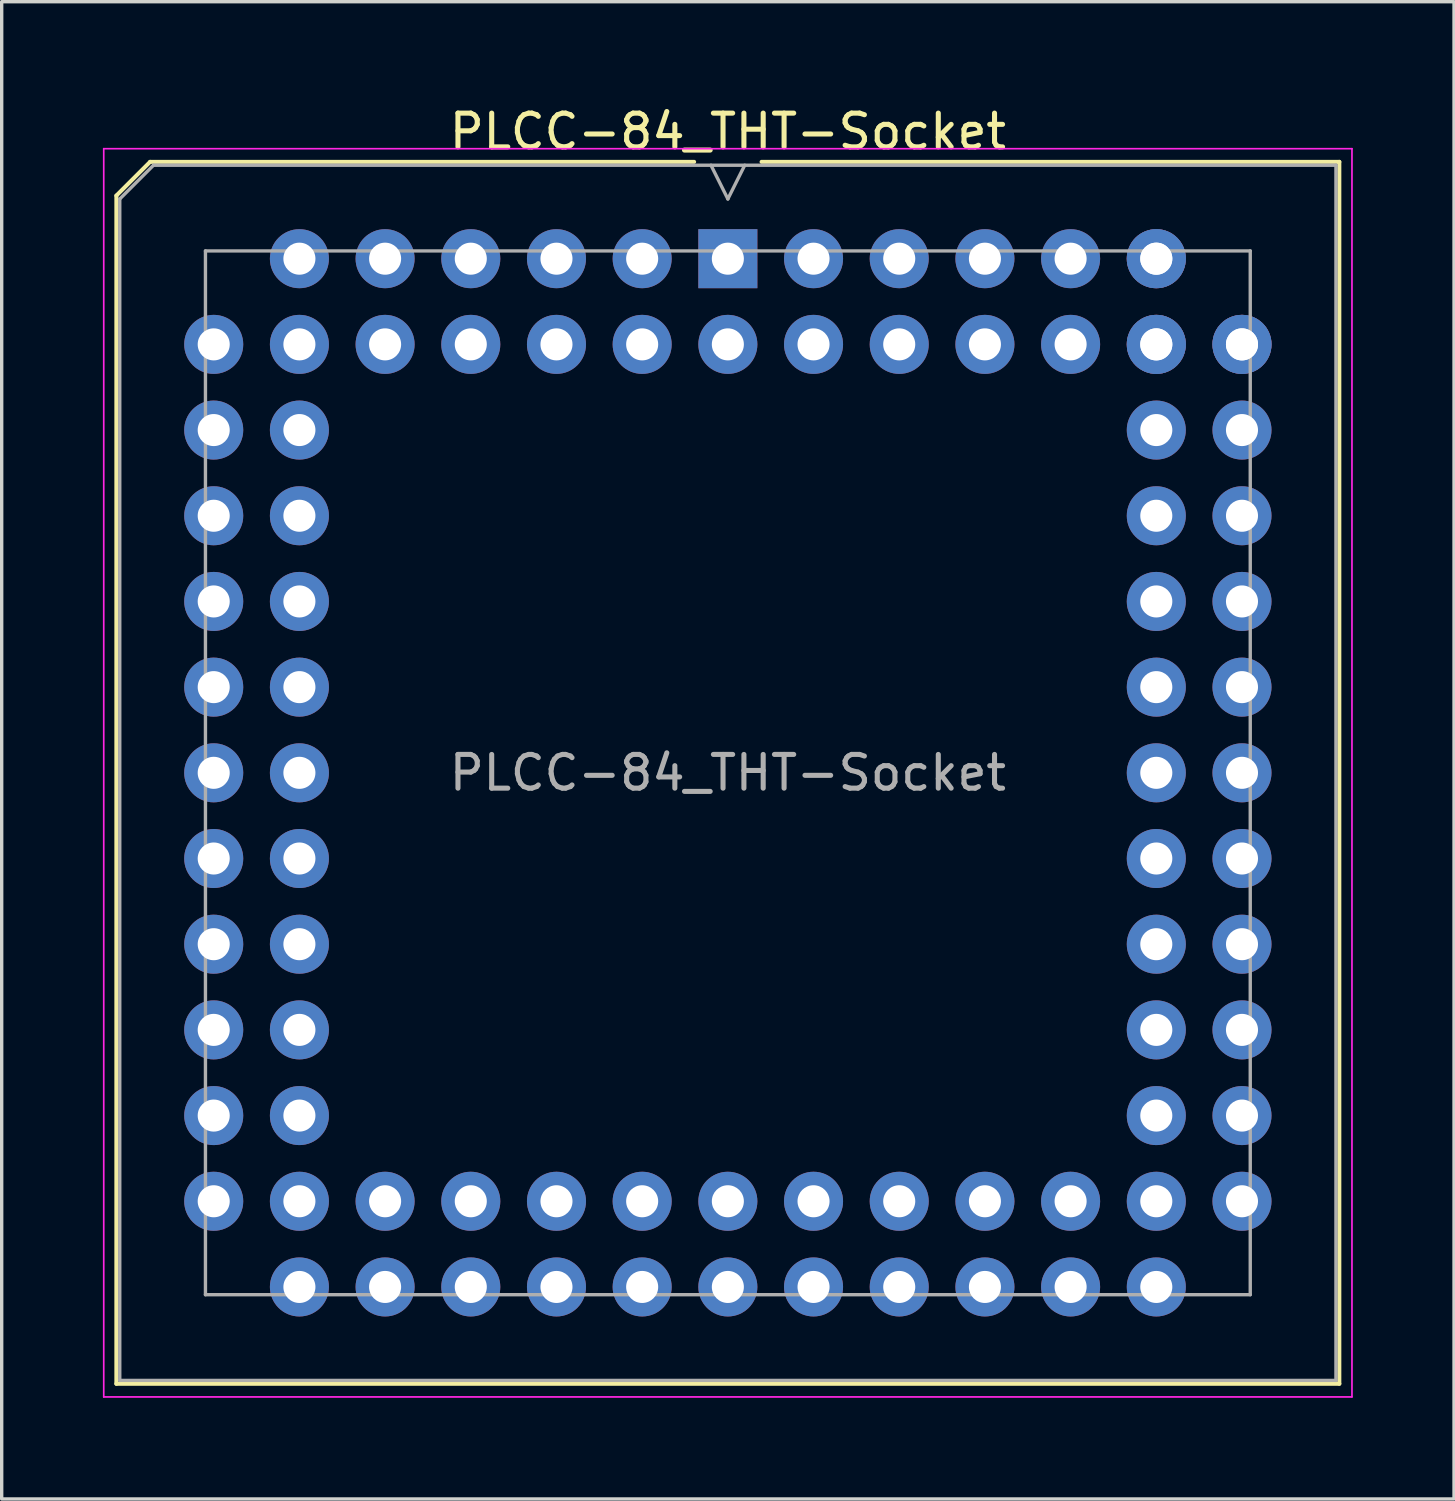
<source format=kicad_pcb>
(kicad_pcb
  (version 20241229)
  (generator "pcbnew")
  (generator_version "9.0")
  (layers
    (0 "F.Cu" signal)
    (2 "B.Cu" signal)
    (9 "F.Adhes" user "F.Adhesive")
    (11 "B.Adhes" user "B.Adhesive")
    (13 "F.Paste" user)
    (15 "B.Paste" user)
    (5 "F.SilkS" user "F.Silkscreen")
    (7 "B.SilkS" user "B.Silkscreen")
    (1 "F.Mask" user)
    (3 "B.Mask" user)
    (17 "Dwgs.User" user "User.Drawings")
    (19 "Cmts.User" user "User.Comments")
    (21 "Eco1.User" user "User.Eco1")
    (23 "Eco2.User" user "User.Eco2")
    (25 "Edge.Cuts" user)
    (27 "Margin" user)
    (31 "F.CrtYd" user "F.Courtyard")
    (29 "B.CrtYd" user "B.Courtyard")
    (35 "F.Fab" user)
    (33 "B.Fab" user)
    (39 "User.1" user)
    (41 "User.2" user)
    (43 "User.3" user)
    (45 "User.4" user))
  (footprint "PLCC-84_THT-Socket"
    (layer "F.Cu")
    (at 18.525 4.618)
    (property "Reference" "PLCC-84_THT-Socket" (at 0 -3.77 0) (layer "F.SilkS") (effects (font (size 1 1) (thickness 0.15))))
    (attr through_hole)
    (fp_line (start -18.125 -1.87) (end -18.125 33.35) (stroke (width 0.12) (type solid)) (layer "F.SilkS"))
    (fp_line (start -18.125 33.35) (end 18.125 33.35) (stroke (width 0.12) (type solid)) (layer "F.SilkS"))
    (fp_line (start -17.125 -2.87) (end -18.125 -1.87) (stroke (width 0.12) (type solid)) (layer "F.SilkS"))
    (fp_line (start -1 -2.87) (end -17.125 -2.87) (stroke (width 0.12) (type solid)) (layer "F.SilkS"))
    (fp_line (start 18.125 -2.87) (end 1 -2.87) (stroke (width 0.12) (type solid)) (layer "F.SilkS"))
    (fp_line (start 18.125 33.35) (end 18.125 -2.87) (stroke (width 0.12) (type solid)) (layer "F.SilkS"))
    (fp_line (start -18.5 -3.26) (end -18.5 33.74) (stroke (width 0.05) (type solid)) (layer "F.CrtYd"))
    (fp_line (start -18.5 33.74) (end 18.5 33.74) (stroke (width 0.05) (type solid)) (layer "F.CrtYd"))
    (fp_line (start 18.5 -3.26) (end -18.5 -3.26) (stroke (width 0.05) (type solid)) (layer "F.CrtYd"))
    (fp_line (start 18.5 33.74) (end 18.5 -3.26) (stroke (width 0.05) (type solid)) (layer "F.CrtYd"))
    (fp_line (start -18.025 -1.77) (end -18.025 33.25) (stroke (width 0.1) (type solid)) (layer "F.Fab"))
    (fp_line (start -18.025 33.25) (end 18.025 33.25) (stroke (width 0.1) (type solid)) (layer "F.Fab"))
    (fp_line (start -17.025 -2.77) (end -18.025 -1.77) (stroke (width 0.1) (type solid)) (layer "F.Fab"))
    (fp_line (start -15.485 -0.23) (end -15.485 30.71) (stroke (width 0.1) (type solid)) (layer "F.Fab"))
    (fp_line (start -15.485 30.71) (end 15.485 30.71) (stroke (width 0.1) (type solid)) (layer "F.Fab"))
    (fp_line (start -0.5 -2.77) (end 0 -1.77) (stroke (width 0.1) (type solid)) (layer "F.Fab"))
    (fp_line (start 0 -1.77) (end 0.5 -2.77) (stroke (width 0.1) (type solid)) (layer "F.Fab"))
    (fp_line (start 15.485 -0.23) (end -15.485 -0.23) (stroke (width 0.1) (type solid)) (layer "F.Fab"))
    (fp_line (start 15.485 30.71) (end 15.485 -0.23) (stroke (width 0.1) (type solid)) (layer "F.Fab"))
    (fp_line (start 18.025 -2.77) (end -17.025 -2.77) (stroke (width 0.1) (type solid)) (layer "F.Fab"))
    (fp_line (start 18.025 33.25) (end 18.025 -2.77) (stroke (width 0.1) (type solid)) (layer "F.Fab"))
    (fp_text user "${REFERENCE}" (at 0 15.24 0) (layer "F.Fab") (effects (font (size 1 1) (thickness 0.15))))
    (pad "1" thru_hole rect (at 0 0) (size 1.75 1.75) (drill 0.95) (layers "*.Cu" "*.Mask"))
    (pad "2" thru_hole circle (at 0 2.54) (size 1.75 1.75) (drill 0.95) (layers "*.Cu" "*.Mask"))
    (pad "3" thru_hole circle (at -2.54 0) (size 1.75 1.75) (drill 0.95) (layers "*.Cu" "*.Mask"))
    (pad "4" thru_hole circle (at -2.54 2.54) (size 1.75 1.75) (drill 0.95) (layers "*.Cu" "*.Mask"))
    (pad "5" thru_hole circle (at -5.08 0) (size 1.75 1.75) (drill 0.95) (layers "*.Cu" "*.Mask"))
    (pad "6" thru_hole circle (at -5.08 2.54) (size 1.75 1.75) (drill 0.95) (layers "*.Cu" "*.Mask"))
    (pad "7" thru_hole circle (at -7.62 0) (size 1.75 1.75) (drill 0.95) (layers "*.Cu" "*.Mask"))
    (pad "8" thru_hole circle (at -7.62 2.54) (size 1.75 1.75) (drill 0.95) (layers "*.Cu" "*.Mask"))
    (pad "9" thru_hole circle (at -10.16 0) (size 1.75 1.75) (drill 0.95) (layers "*.Cu" "*.Mask"))
    (pad "10" thru_hole circle (at -10.16 2.54) (size 1.75 1.75) (drill 0.95) (layers "*.Cu" "*.Mask"))
    (pad "11" thru_hole circle (at -12.7 0) (size 1.75 1.75) (drill 0.95) (layers "*.Cu" "*.Mask"))
    (pad "12" thru_hole circle (at -15.24 2.54) (size 1.75 1.75) (drill 0.95) (layers "*.Cu" "*.Mask"))
    (pad "13" thru_hole circle (at -12.7 2.54) (size 1.75 1.75) (drill 0.95) (layers "*.Cu" "*.Mask"))
    (pad "14" thru_hole circle (at -15.24 5.08) (size 1.75 1.75) (drill 0.95) (layers "*.Cu" "*.Mask"))
    (pad "15" thru_hole circle (at -12.7 5.08) (size 1.75 1.75) (drill 0.95) (layers "*.Cu" "*.Mask"))
    (pad "16" thru_hole circle (at -15.24 7.62) (size 1.75 1.75) (drill 0.95) (layers "*.Cu" "*.Mask"))
    (pad "17" thru_hole circle (at -12.7 7.62) (size 1.75 1.75) (drill 0.95) (layers "*.Cu" "*.Mask"))
    (pad "18" thru_hole circle (at -15.24 10.16) (size 1.75 1.75) (drill 0.95) (layers "*.Cu" "*.Mask"))
    (pad "19" thru_hole circle (at -12.7 10.16) (size 1.75 1.75) (drill 0.95) (layers "*.Cu" "*.Mask"))
    (pad "20" thru_hole circle (at -15.24 12.7) (size 1.75 1.75) (drill 0.95) (layers "*.Cu" "*.Mask"))
    (pad "21" thru_hole circle (at -12.7 12.7) (size 1.75 1.75) (drill 0.95) (layers "*.Cu" "*.Mask"))
    (pad "22" thru_hole circle (at -15.24 15.24) (size 1.75 1.75) (drill 0.95) (layers "*.Cu" "*.Mask"))
    (pad "23" thru_hole circle (at -12.7 15.24) (size 1.75 1.75) (drill 0.95) (layers "*.Cu" "*.Mask"))
    (pad "24" thru_hole circle (at -15.24 17.78) (size 1.75 1.75) (drill 0.95) (layers "*.Cu" "*.Mask"))
    (pad "25" thru_hole circle (at -12.7 17.78) (size 1.75 1.75) (drill 0.95) (layers "*.Cu" "*.Mask"))
    (pad "26" thru_hole circle (at -15.24 20.32) (size 1.75 1.75) (drill 0.95) (layers "*.Cu" "*.Mask"))
    (pad "27" thru_hole circle (at -12.7 20.32) (size 1.75 1.75) (drill 0.95) (layers "*.Cu" "*.Mask"))
    (pad "28" thru_hole circle (at -15.24 22.86) (size 1.75 1.75) (drill 0.95) (layers "*.Cu" "*.Mask"))
    (pad "29" thru_hole circle (at -12.7 22.86) (size 1.75 1.75) (drill 0.95) (layers "*.Cu" "*.Mask"))
    (pad "30" thru_hole circle (at -15.24 25.4) (size 1.75 1.75) (drill 0.95) (layers "*.Cu" "*.Mask"))
    (pad "31" thru_hole circle (at -12.7 25.4) (size 1.75 1.75) (drill 0.95) (layers "*.Cu" "*.Mask"))
    (pad "32" thru_hole circle (at -15.24 27.94) (size 1.75 1.75) (drill 0.95) (layers "*.Cu" "*.Mask"))
    (pad "33" thru_hole circle (at -12.7 30.48) (size 1.75 1.75) (drill 0.95) (layers "*.Cu" "*.Mask"))
    (pad "34" thru_hole circle (at -12.7 27.94) (size 1.75 1.75) (drill 0.95) (layers "*.Cu" "*.Mask"))
    (pad "35" thru_hole circle (at -10.16 30.48) (size 1.75 1.75) (drill 0.95) (layers "*.Cu" "*.Mask"))
    (pad "36" thru_hole circle (at -10.16 27.94) (size 1.75 1.75) (drill 0.95) (layers "*.Cu" "*.Mask"))
    (pad "37" thru_hole circle (at -7.62 30.48) (size 1.75 1.75) (drill 0.95) (layers "*.Cu" "*.Mask"))
    (pad "38" thru_hole circle (at -7.62 27.94) (size 1.75 1.75) (drill 0.95) (layers "*.Cu" "*.Mask"))
    (pad "39" thru_hole circle (at -5.08 30.48) (size 1.75 1.75) (drill 0.95) (layers "*.Cu" "*.Mask"))
    (pad "40" thru_hole circle (at -5.08 27.94) (size 1.75 1.75) (drill 0.95) (layers "*.Cu" "*.Mask"))
    (pad "41" thru_hole circle (at -2.54 30.48) (size 1.75 1.75) (drill 0.95) (layers "*.Cu" "*.Mask"))
    (pad "42" thru_hole circle (at -2.54 27.94) (size 1.75 1.75) (drill 0.95) (layers "*.Cu" "*.Mask"))
    (pad "43" thru_hole circle (at 0 30.48) (size 1.75 1.75) (drill 0.95) (layers "*.Cu" "*.Mask"))
    (pad "44" thru_hole circle (at 0 27.94) (size 1.75 1.75) (drill 0.95) (layers "*.Cu" "*.Mask"))
    (pad "45" thru_hole circle (at 2.54 30.48) (size 1.75 1.75) (drill 0.95) (layers "*.Cu" "*.Mask"))
    (pad "46" thru_hole circle (at 2.54 27.94) (size 1.75 1.75) (drill 0.95) (layers "*.Cu" "*.Mask"))
    (pad "47" thru_hole circle (at 5.08 30.48) (size 1.75 1.75) (drill 0.95) (layers "*.Cu" "*.Mask"))
    (pad "48" thru_hole circle (at 5.08 27.94) (size 1.75 1.75) (drill 0.95) (layers "*.Cu" "*.Mask"))
    (pad "49" thru_hole circle (at 7.62 30.48) (size 1.75 1.75) (drill 0.95) (layers "*.Cu" "*.Mask"))
    (pad "50" thru_hole circle (at 7.62 27.94) (size 1.75 1.75) (drill 0.95) (layers "*.Cu" "*.Mask"))
    (pad "51" thru_hole circle (at 10.16 30.48) (size 1.75 1.75) (drill 0.95) (layers "*.Cu" "*.Mask"))
    (pad "52" thru_hole circle (at 10.16 27.94) (size 1.75 1.75) (drill 0.95) (layers "*.Cu" "*.Mask"))
    (pad "53" thru_hole circle (at 12.7 30.48) (size 1.75 1.75) (drill 0.95) (layers "*.Cu" "*.Mask"))
    (pad "54" thru_hole circle (at 12.7 27.94) (size 1.75 1.75) (drill 0.95) (layers "*.Cu" "*.Mask"))
    (pad "54" thru_hole circle (at 15.24 27.94) (size 1.75 1.75) (drill 0.95) (layers "*.Cu" "*.Mask"))
    (pad "55" thru_hole circle (at 12.7 25.4) (size 1.75 1.75) (drill 0.95) (layers "*.Cu" "*.Mask"))
    (pad "56" thru_hole circle (at 15.24 25.4) (size 1.75 1.75) (drill 0.95) (layers "*.Cu" "*.Mask"))
    (pad "57" thru_hole circle (at 12.7 22.86) (size 1.75 1.75) (drill 0.95) (layers "*.Cu" "*.Mask"))
    (pad "58" thru_hole circle (at 15.24 22.86) (size 1.75 1.75) (drill 0.95) (layers "*.Cu" "*.Mask"))
    (pad "59" thru_hole circle (at 12.7 20.32) (size 1.75 1.75) (drill 0.95) (layers "*.Cu" "*.Mask"))
    (pad "60" thru_hole circle (at 15.24 20.32) (size 1.75 1.75) (drill 0.95) (layers "*.Cu" "*.Mask"))
    (pad "61" thru_hole circle (at 12.7 17.78) (size 1.75 1.75) (drill 0.95) (layers "*.Cu" "*.Mask"))
    (pad "62" thru_hole circle (at 15.24 17.78) (size 1.75 1.75) (drill 0.95) (layers "*.Cu" "*.Mask"))
    (pad "63" thru_hole circle (at 12.7 15.24) (size 1.75 1.75) (drill 0.95) (layers "*.Cu" "*.Mask"))
    (pad "64" thru_hole circle (at 15.24 15.24) (size 1.75 1.75) (drill 0.95) (layers "*.Cu" "*.Mask"))
    (pad "65" thru_hole circle (at 12.7 12.7) (size 1.75 1.75) (drill 0.95) (layers "*.Cu" "*.Mask"))
    (pad "66" thru_hole circle (at 15.24 12.7) (size 1.75 1.75) (drill 0.95) (layers "*.Cu" "*.Mask"))
    (pad "67" thru_hole circle (at 12.7 10.16) (size 1.75 1.75) (drill 0.95) (layers "*.Cu" "*.Mask"))
    (pad "68" thru_hole circle (at 15.24 10.16) (size 1.75 1.75) (drill 0.95) (layers "*.Cu" "*.Mask"))
    (pad "69" thru_hole circle (at 12.7 7.62) (size 1.75 1.75) (drill 0.95) (layers "*.Cu" "*.Mask"))
    (pad "70" thru_hole circle (at 15.24 7.62) (size 1.75 1.75) (drill 0.95) (layers "*.Cu" "*.Mask"))
    (pad "71" thru_hole circle (at 12.7 5.08) (size 1.75 1.75) (drill 0.95) (layers "*.Cu" "*.Mask"))
    (pad "72" thru_hole circle (at 15.24 5.08) (size 1.75 1.75) (drill 0.95) (layers "*.Cu" "*.Mask"))
    (pad "73" thru_hole circle (at 12.7 2.54) (size 1.75 1.75) (drill 0.95) (layers "*.Cu" "*.Mask"))
    (pad "74" thru_hole circle (at 15.24 2.54) (size 1.75 1.75) (drill 0.95) (layers "*.Cu" "*.Mask"))
    (pad "74" thru_hole circle (at 15.24 2.54) (size 1.75 1.75) (drill 0.95) (layers "*.Cu" "*.Mask"))
    (pad "75" thru_hole circle (at 12.7 0) (size 1.75 1.75) (drill 0.95) (layers "*.Cu" "*.Mask"))
    (pad "75" thru_hole circle (at 12.7 0) (size 1.75 1.75) (drill 0.95) (layers "*.Cu" "*.Mask"))
    (pad "76" thru_hole circle (at 12.7 2.54) (size 1.75 1.75) (drill 0.95) (layers "*.Cu" "*.Mask"))
    (pad "77" thru_hole circle (at 10.16 0) (size 1.75 1.75) (drill 0.95) (layers "*.Cu" "*.Mask"))
    (pad "78" thru_hole circle (at 10.16 2.54) (size 1.75 1.75) (drill 0.95) (layers "*.Cu" "*.Mask"))
    (pad "79" thru_hole circle (at 7.62 0) (size 1.75 1.75) (drill 0.95) (layers "*.Cu" "*.Mask"))
    (pad "80" thru_hole circle (at 7.62 2.54) (size 1.75 1.75) (drill 0.95) (layers "*.Cu" "*.Mask"))
    (pad "81" thru_hole circle (at 5.08 0) (size 1.75 1.75) (drill 0.95) (layers "*.Cu" "*.Mask"))
    (pad "82" thru_hole circle (at 5.08 2.54) (size 1.75 1.75) (drill 0.95) (layers "*.Cu" "*.Mask"))
    (pad "83" thru_hole circle (at 2.54 0) (size 1.75 1.75) (drill 0.95) (layers "*.Cu" "*.Mask"))
    (pad "84" thru_hole circle (at 2.54 2.54) (size 1.75 1.75) (drill 0.95) (layers "*.Cu" "*.Mask")))
  (gr_rect
    (start -3 -3)
    (end 40.05 41.383)
    (stroke (width 0.1) (type default))
    (fill no)
    (layer "Edge.Cuts")))
</source>
